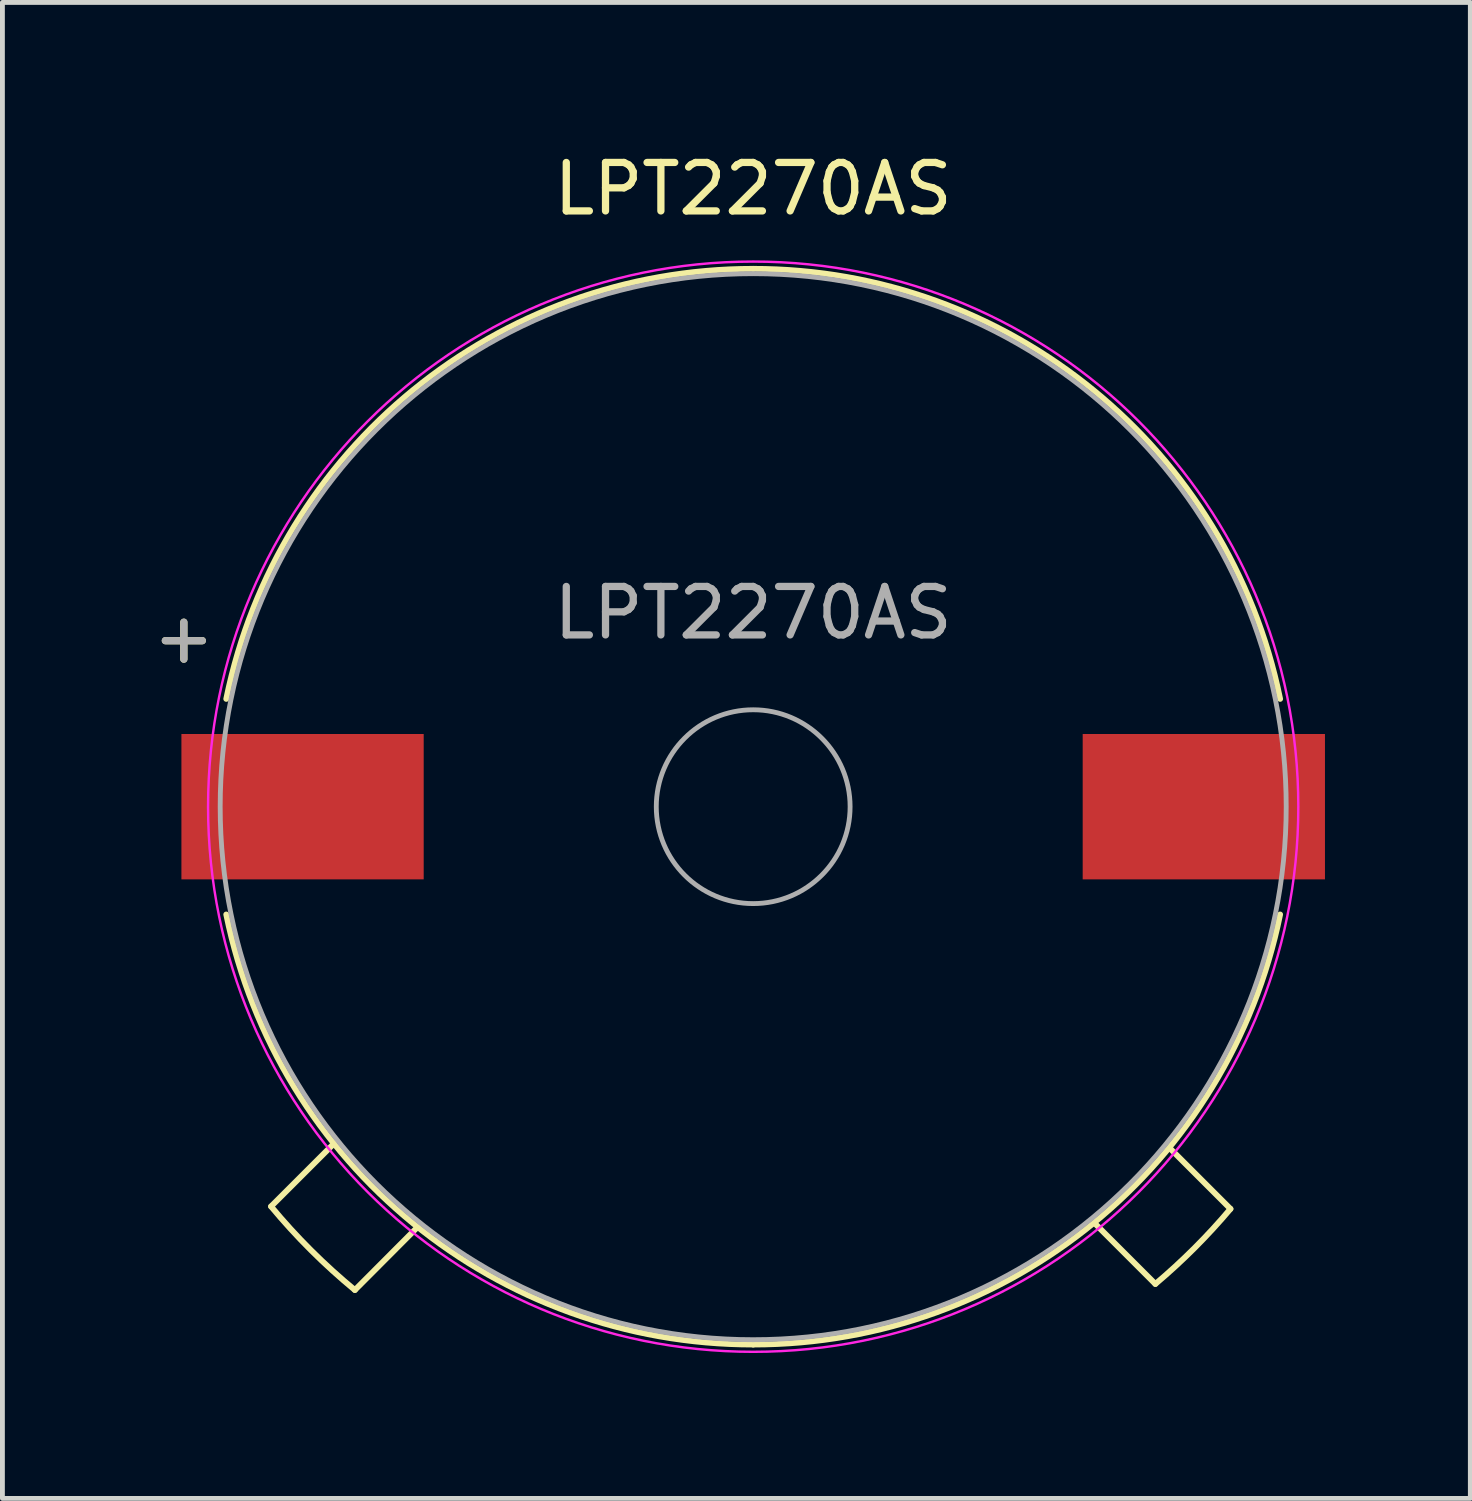
<source format=kicad_pcb>
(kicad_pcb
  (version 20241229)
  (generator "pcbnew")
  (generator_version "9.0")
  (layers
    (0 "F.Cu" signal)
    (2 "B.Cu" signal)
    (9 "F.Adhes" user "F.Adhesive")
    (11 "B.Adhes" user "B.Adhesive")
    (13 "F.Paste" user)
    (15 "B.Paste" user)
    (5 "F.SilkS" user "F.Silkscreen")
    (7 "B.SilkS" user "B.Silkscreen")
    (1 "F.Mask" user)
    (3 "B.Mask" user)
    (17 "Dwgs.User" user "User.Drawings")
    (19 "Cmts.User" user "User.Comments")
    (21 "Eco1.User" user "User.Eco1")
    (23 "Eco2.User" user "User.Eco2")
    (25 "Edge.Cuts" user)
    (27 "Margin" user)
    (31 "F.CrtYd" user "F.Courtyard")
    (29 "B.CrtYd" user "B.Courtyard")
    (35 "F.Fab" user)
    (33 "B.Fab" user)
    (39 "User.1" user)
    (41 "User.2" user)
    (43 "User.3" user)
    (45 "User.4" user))
  (footprint "LPT2270AS"
    (layer "F.Cu")
    (at 12.494 13.598)
    (property "Reference" "LPT2270AS" (at 0 -12.75 0) (layer "F.SilkS") (effects (font (size 1 1) (thickness 0.15))))
    (attr smd)
    (fp_line (start -9.95 8.25) (end -8.65 6.95) (stroke (width 0.12) (type default)) (layer "F.SilkS"))
    (fp_line (start -8.22 9.975) (end -6.95 8.7) (stroke (width 0.12) (type default)) (layer "F.SilkS"))
    (fp_line (start 8.3 9.85) (end 7.05 8.6) (stroke (width 0.12) (type default)) (layer "F.SilkS"))
    (fp_line (start 9.85 8.3) (end 8.6 7.05) (stroke (width 0.12) (type default)) (layer "F.SilkS"))
    (fp_arc (start -10.874836 -2.224398) (mid -7.018518 -8.599442) (end 0 -11.1) (stroke (width 0.12) (type default)) (layer "F.SilkS"))
    (fp_arc (start -8.220261 9.974583) (mid -9.12596 9.153243) (end -9.949999 8.25) (stroke (width 0.12) (type default)) (layer "F.SilkS"))
    (fp_arc (start 0 -11.1) (mid 7.018518 -8.599443) (end 10.874836 -2.224398) (stroke (width 0.12) (type default)) (layer "F.SilkS"))
    (fp_arc (start 0 11.1) (mid -7.018517 8.599442) (end -10.874836 2.224398) (stroke (width 0.12) (type default)) (layer "F.SilkS"))
    (fp_arc (start 9.85 8.3) (mid 9.108032 9.108032) (end 8.299999 9.85) (stroke (width 0.12) (type default)) (layer "F.SilkS"))
    (fp_arc (start 10.874836 2.224398) (mid 7.018518 8.599443) (end 0 11.1) (stroke (width 0.12) (type default)) (layer "F.SilkS"))
    (fp_circle (center 0 0) (end 11.25 0) (stroke (width 0.05) (type solid)) (fill no) (layer "F.CrtYd"))
    (fp_circle (center 0 0) (end 2 0) (stroke (width 0.1) (type solid)) (fill no) (layer "F.Fab"))
    (fp_circle (center 0 0) (end 11 0) (stroke (width 0.1) (type solid)) (fill no) (layer "F.Fab"))
    (fp_text user "+" (at -11.75 -3.5 0) (layer "F.SilkS") (effects (font (size 1 1) (thickness 0.15))))
    (fp_text user "${REFERENCE}" (at 0 -4 0) (layer "F.Fab") (effects (font (size 1 1) (thickness 0.15))))
    (fp_text user "+" (at -11.75 -3.5 0) (layer "F.Fab") (effects (font (size 1 1) (thickness 0.15))))
    (pad "1" smd rect (at -9.3 0) (size 5 3) (layers "F.Cu" "F.Mask" "F.Paste"))
    (pad "2" smd rect (at 9.3 0) (size 5 3) (layers "F.Cu" "F.Mask" "F.Paste")))
  (gr_rect
    (start -3 -3)
    (end 27.294 27.873)
    (stroke (width 0.1) (type default))
    (fill no)
    (layer "Edge.Cuts")))
</source>
